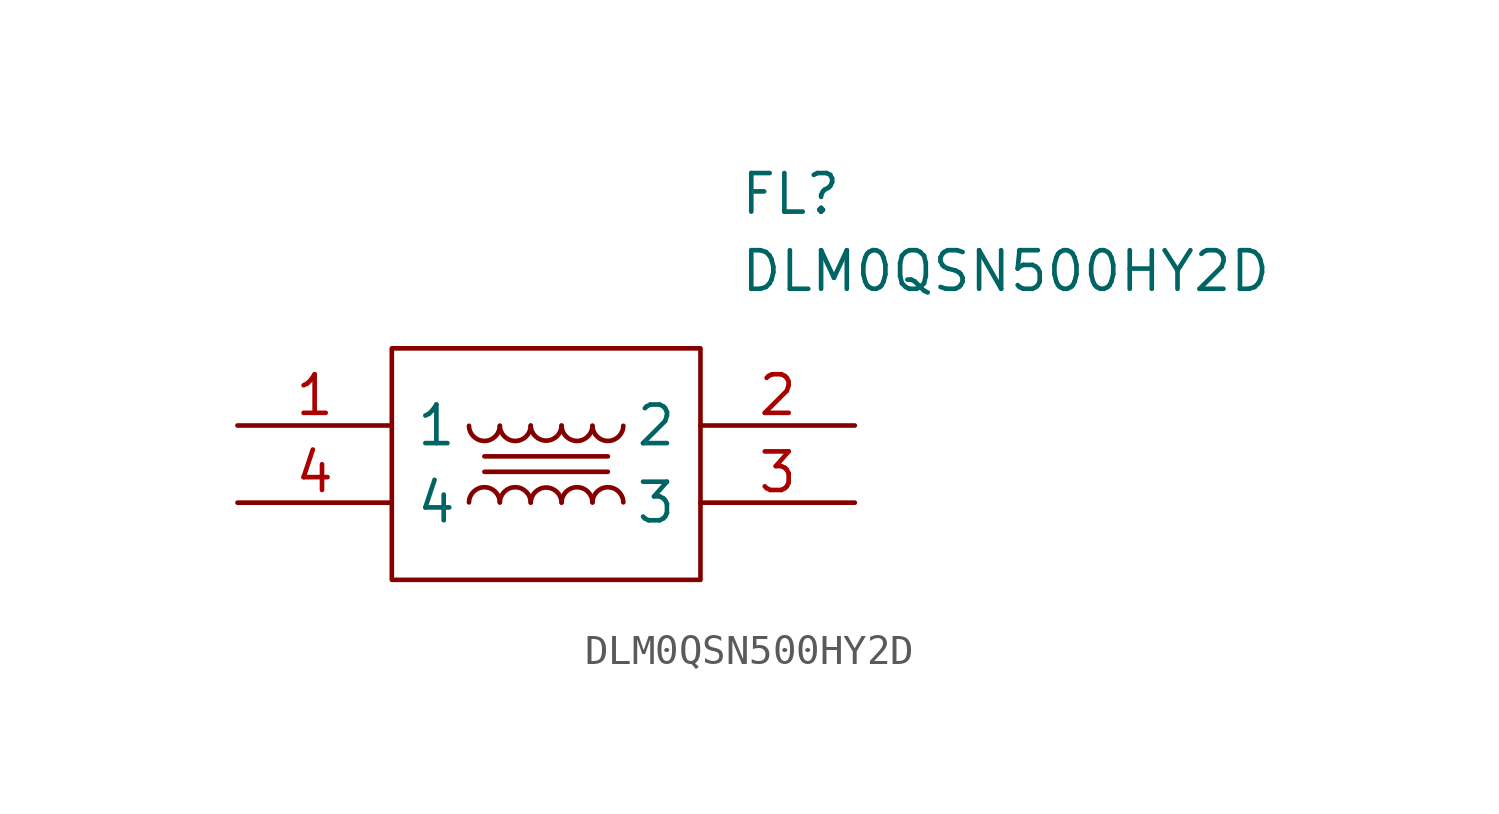
<source format=kicad_sym>
(kicad_symbol_lib
  (version 20211014)
  (generator kicad_symbol_editor)
  (symbol "DLM0QSN500HY2D"
    (pin_names
      (offset 0.762))
    (property "Reference" "FL"
      (at 16.51 7.62 0)
      (effects (font (size 1.27 1.27)) (justify left)))
    (property "Value" "DLM0QSN500HY2D"
      (at 16.51 5.08 0)
      (effects (font (size 1.27 1.27)) (justify left)))
    (symbol "DLM0QSN500HY2D_0_0"
      (pin passive line (at 0 0 0) (length 5.08) (name "1" (effects (font (size 1.27 1.27)))) (number "1" (effects (font (size 1.27 1.27)))))
      (pin passive line (at 20.32 0 180) (length 5.08) (name "2" (effects (font (size 1.27 1.27)))) (number "2" (effects (font (size 1.27 1.27)))))
      (pin passive line (at 20.32 -2.54 180) (length 5.08) (name "3" (effects (font (size 1.27 1.27)))) (number "3" (effects (font (size 1.27 1.27)))))
      (pin passive line (at 0 -2.54 0) (length 5.08) (name "4" (effects (font (size 1.27 1.27)))) (number "4" (effects (font (size 1.27 1.27))))))
    (symbol "DLM0QSN500HY2D_0_1"
      (polyline (pts (xy 8.128 -1.524) (xy 12.192 -1.524)) (stroke (width 0) (type default) (color 0 0 0 0)) (fill (type none)))
      (polyline (pts (xy 8.128 -1.016) (xy 12.192 -1.016) (xy 11.938 -1.016)) (stroke (width 0) (type default) (color 0 0 0 0)) (fill (type none)))
      (polyline (pts (xy 5.08 2.54) (xy 15.24 2.54) (xy 15.24 -5.08) (xy 5.08 -5.08) (xy 5.08 2.54)) (stroke (width 0.152) (type default) (color 0 0 0 0)) (fill (type none)))
      (arc (start 7.62 -0.0101) (mid 8.128 -0.5081) (end 8.636 -0.0101) (stroke (width 0) (type default) (color 0 0 0 0)) (fill (type none)))
      (arc (start 8.636 -2.5299) (mid 8.128 -2.0319) (end 7.62 -2.5299) (stroke (width 0) (type default) (color 0 0 0 0)) (fill (type none)))
      (arc (start 8.636 -0.0101) (mid 9.144 -0.5081) (end 9.652 -0.0101) (stroke (width 0) (type default) (color 0 0 0 0)) (fill (type none)))
      (arc (start 9.652 -2.5299) (mid 9.144 -2.0319) (end 8.636 -2.5299) (stroke (width 0) (type default) (color 0 0 0 0)) (fill (type none)))
      (arc (start 9.652 0) (mid 10.16 -0.498) (end 10.668 0) (stroke (width 0) (type default) (color 0 0 0 0)) (fill (type none)))
      (arc (start 10.668 -2.54) (mid 10.16 -2.042) (end 9.652 -2.54) (stroke (width 0) (type default) (color 0 0 0 0)) (fill (type none)))
      (arc (start 10.668 -0.0101) (mid 11.176 -0.5081) (end 11.684 -0.0101) (stroke (width 0) (type default) (color 0 0 0 0)) (fill (type none)))
      (arc (start 11.684 -2.5299) (mid 11.176 -2.0319) (end 10.668 -2.5299) (stroke (width 0) (type default) (color 0 0 0 0)) (fill (type none)))
      (arc (start 11.684 -0.0101) (mid 12.192 -0.5081) (end 12.7 -0.0101) (stroke (width 0) (type default) (color 0 0 0 0)) (fill (type none)))
      (arc (start 12.7 -2.5299) (mid 12.192 -2.0319) (end 11.684 -2.5299) (stroke (width 0) (type default) (color 0 0 0 0)) (fill (type none))))))
</source>
